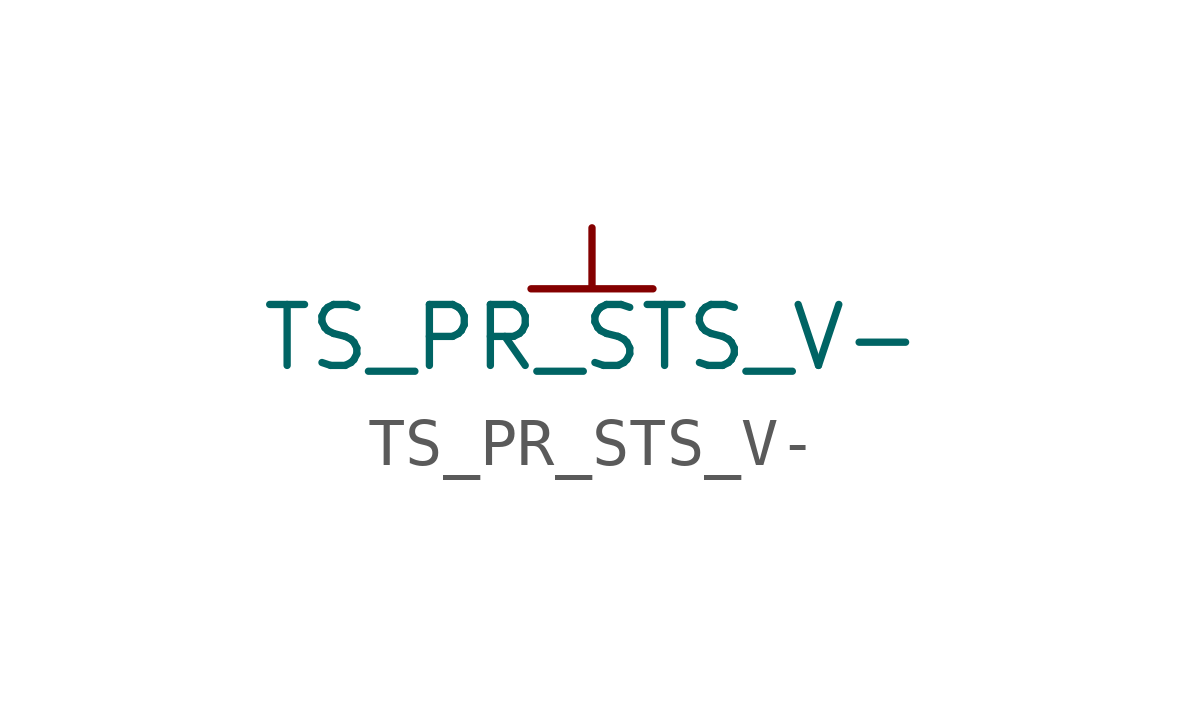
<source format=kicad_sym>
(kicad_symbol_lib
  (version 20231120)
  (generator "kicad_symbol_editor")
  (generator_version "8.0")
  (symbol "TS_PR_STS_V-"
    (power)
    (pin_names
      (offset 0))
    (property "Reference" "#PWR"
      (at 0 -6.35 0)
      (effects (font (size 1.27 1.27)) (hide yes)))
    (property "Value" "TS_PR_STS_V-"
      (at 0 -2.286 0)
      (effects (font (size 1.27 1.27))))
    (symbol "TS_PR_STS_V-_0_1"
      (polyline (pts (xy 0 0) (xy 0 -1.27) (xy -1.27 -1.27) (xy 1.27 -1.27) (xy 0 -1.27)) (stroke (width 0) (type default)) (fill (type none))))
    (symbol "TS_PR_STS_V-_1_1"
      (pin power_in line (at 0 0 270) (length 0) hide (name "TS_PR_STS_V-" (effects (font (size 1.27 1.27)))) (number "1" (effects (font (size 1.27 1.27))))))))
</source>
